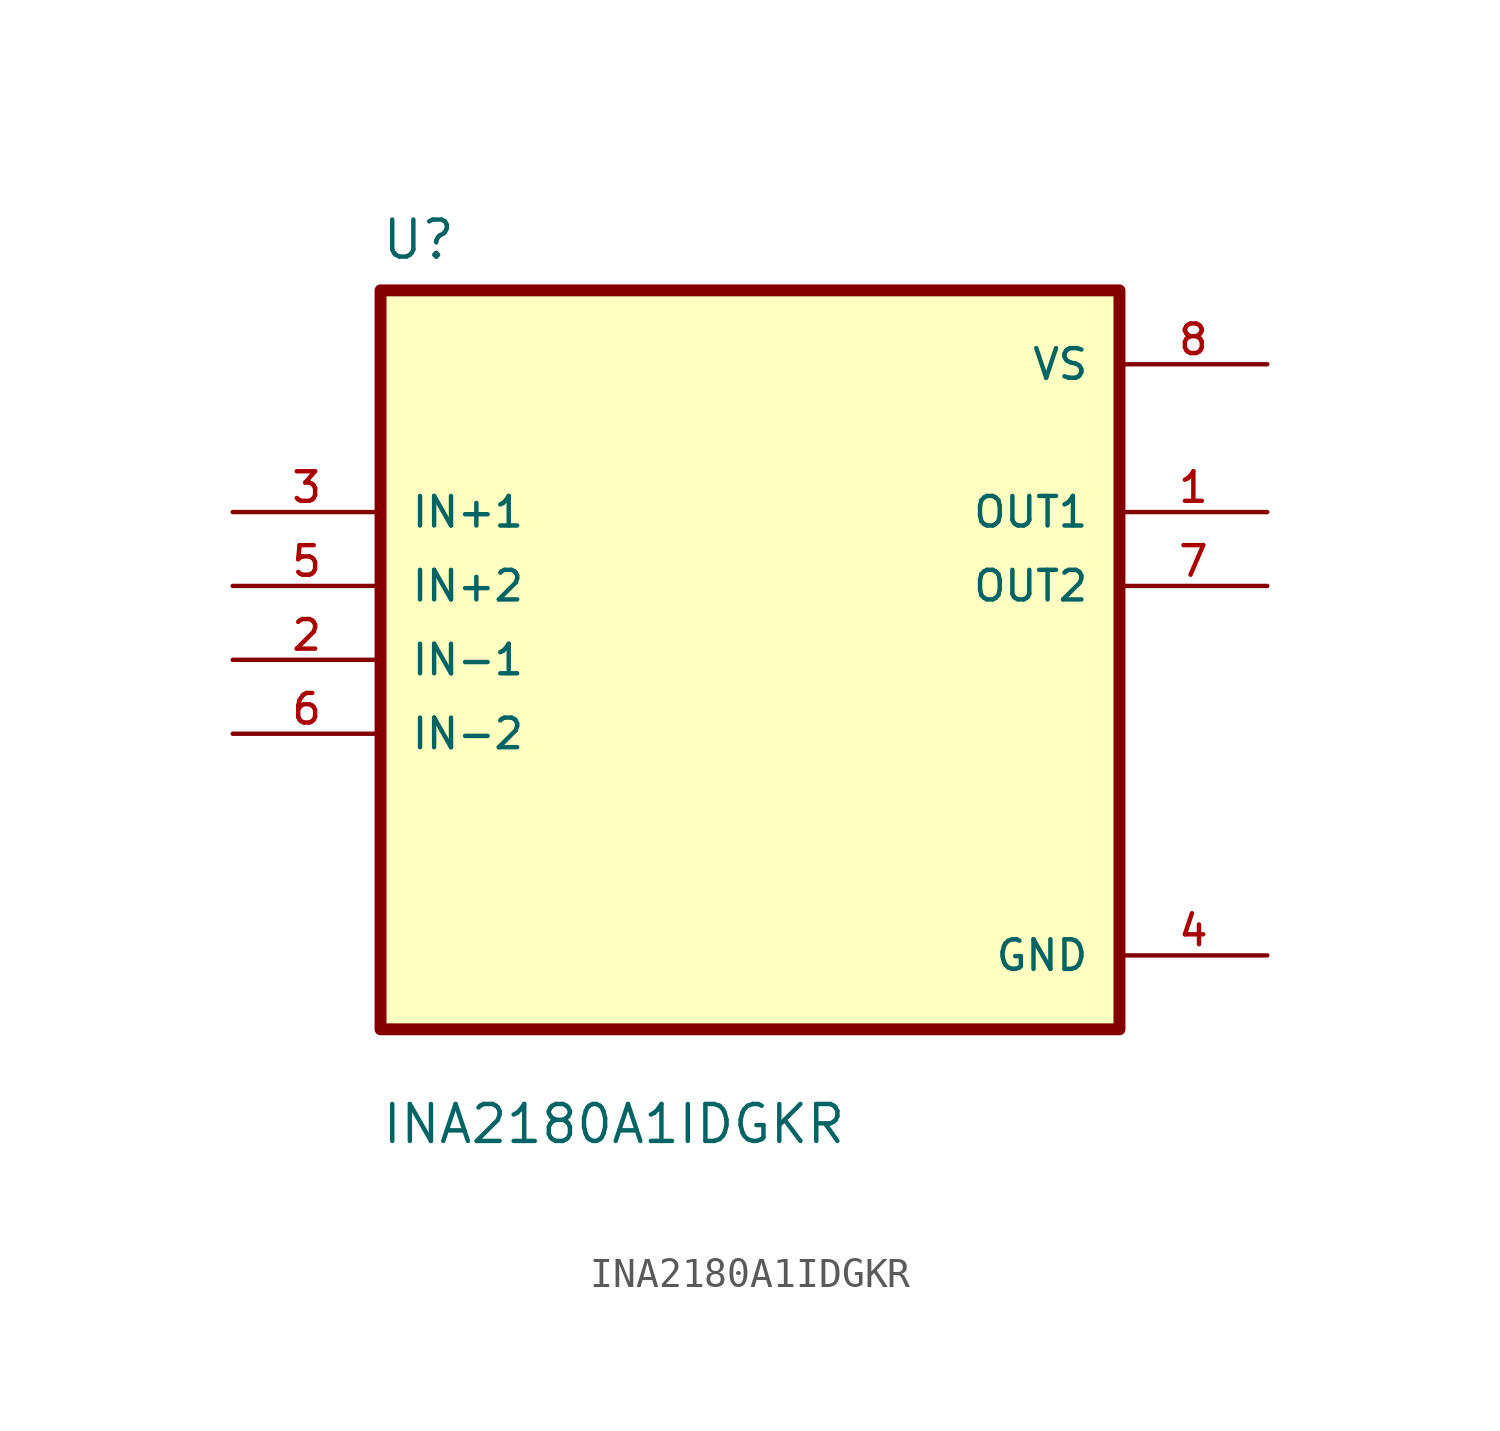
<source format=kicad_sym>
(kicad_symbol_lib
  (version 20211014)
  (generator kicad_symbol_editor)
  (symbol "INA2180A1IDGKR"
    (pin_names
      (offset 1.016))
    (property "Reference" "U"
      (at -12.7 13.7 0.0)
      (effects (font (size 1.27 1.27)) (justify bottom left)))
    (property "Value" "INA2180A1IDGKR"
      (at -12.7 -16.7 0.0)
      (effects (font (size 1.27 1.27)) (justify bottom left)))
    (symbol "INA2180A1IDGKR_0_0"
      (rectangle (start -12.7 -12.7) (end 12.7 12.7) (stroke (width 0.41)) (fill (type background)))
      (pin input line (at -17.78 5.08 0) (length 5.08) (name "IN+1" (effects (font (size 1.016 1.016)))) (number "3" (effects (font (size 1.016 1.016)))))
      (pin input line (at -17.78 2.54 0) (length 5.08) (name "IN+2" (effects (font (size 1.016 1.016)))) (number "5" (effects (font (size 1.016 1.016)))))
      (pin input line (at -17.78 -8.88178e-16 0) (length 5.08) (name "IN-1" (effects (font (size 1.016 1.016)))) (number "2" (effects (font (size 1.016 1.016)))))
      (pin input line (at -17.78 -2.54 0) (length 5.08) (name "IN-2" (effects (font (size 1.016 1.016)))) (number "6" (effects (font (size 1.016 1.016)))))
      (pin power_in line (at 17.78 10.16 180.0) (length 5.08) (name "VS" (effects (font (size 1.016 1.016)))) (number "8" (effects (font (size 1.016 1.016)))))
      (pin output line (at 17.78 5.08 180.0) (length 5.08) (name "OUT1" (effects (font (size 1.016 1.016)))) (number "1" (effects (font (size 1.016 1.016)))))
      (pin output line (at 17.78 2.54 180.0) (length 5.08) (name "OUT2" (effects (font (size 1.016 1.016)))) (number "7" (effects (font (size 1.016 1.016)))))
      (pin power_in line (at 17.78 -10.16 180.0) (length 5.08) (name "GND" (effects (font (size 1.016 1.016)))) (number "4" (effects (font (size 1.016 1.016))))))))
</source>
